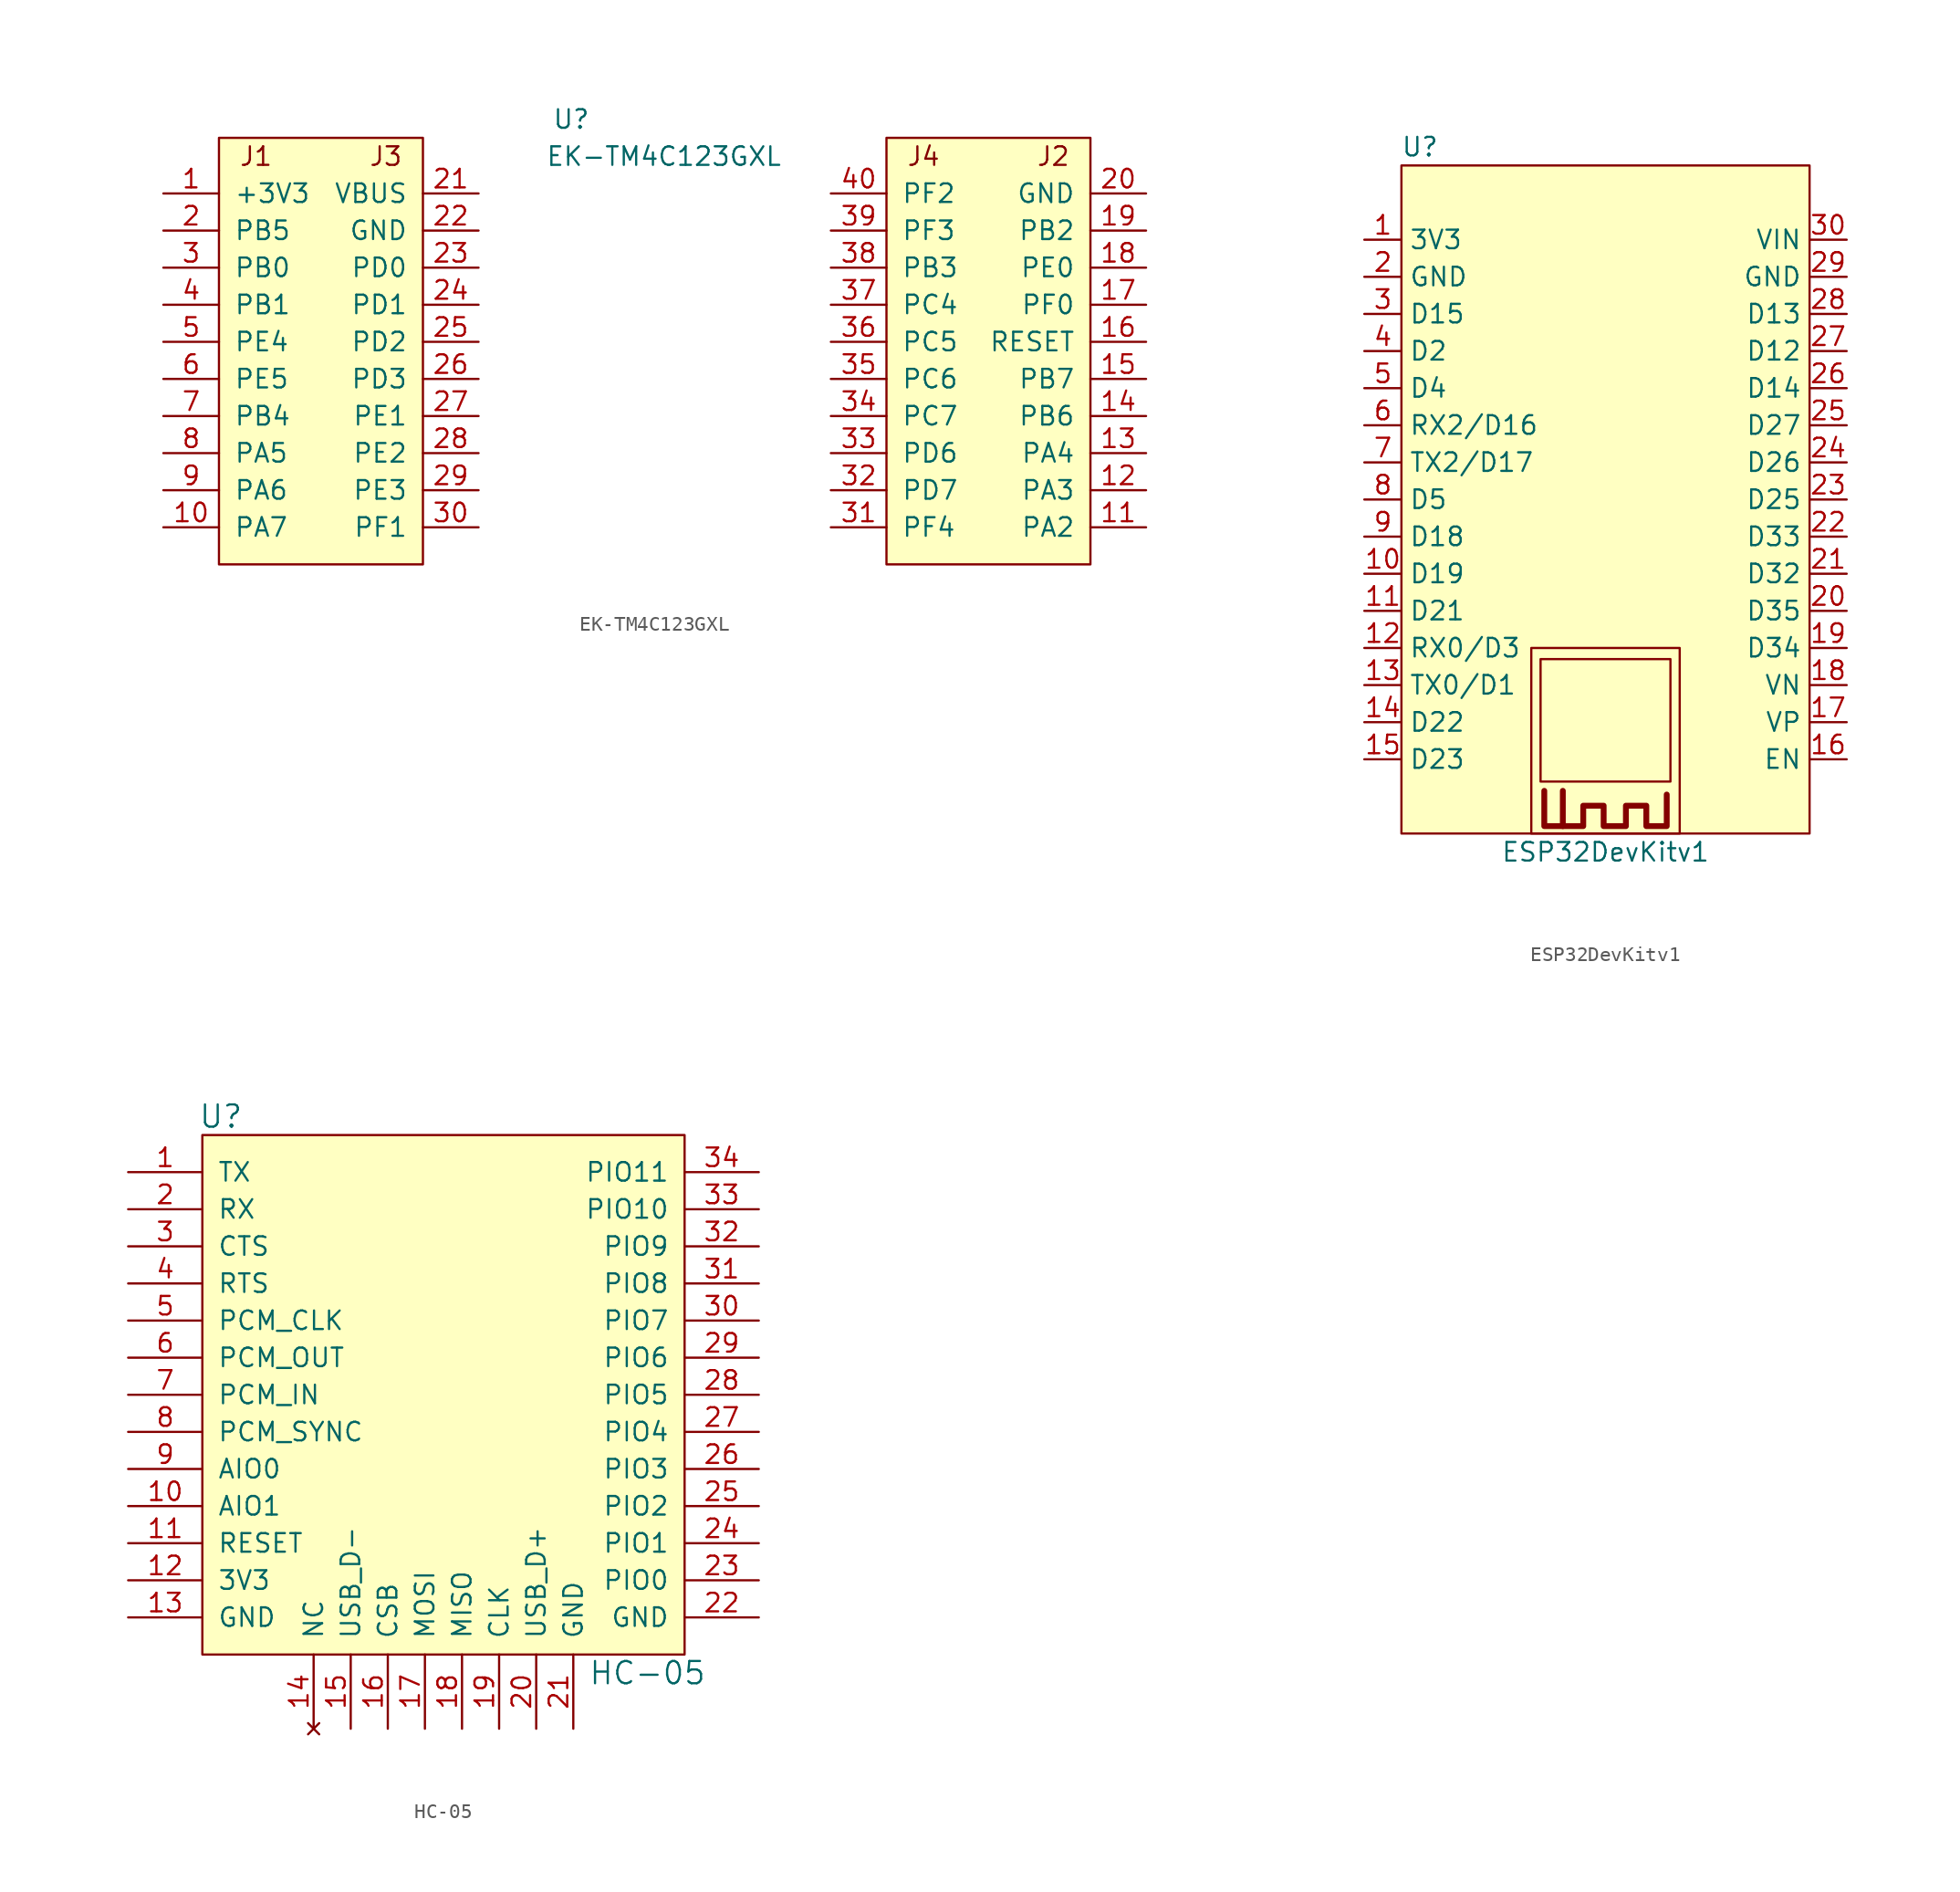
<source format=kicad_sym>
(kicad_symbol_lib
  (version 20220914)
  (generator kicad_symbol_editor)
  (symbol "EK-TM4C123GXL"
    (pin_names
      (offset 1.016))
    (property "Reference" "U"
      (at -6.35 16.51 0)
      (effects (font (size 1.27 1.27))))
    (property "Value" "EK-TM4C123GXL"
      (at 0 13.97 0)
      (effects (font (size 1.27 1.27))))
    (symbol "EK-TM4C123GXL_0_0"
      (rectangle (start 29.21 -13.97) (end 15.24 15.24) (stroke (width 0) (type default)) (fill (type background)))
      (text "J1" (at -27.94 13.97 0) (effects (font (size 1.27 1.27))))
      (text "J2" (at 26.67 13.97 0) (effects (font (size 1.27 1.27))))
      (text "J3" (at -19.05 13.97 0) (effects (font (size 1.27 1.27))))
      (text "J4" (at 17.78 13.97 0) (effects (font (size 1.27 1.27)))))
    (symbol "EK-TM4C123GXL_1_1"
      (rectangle (start -16.51 -13.97) (end -30.48 15.24) (stroke (width 0) (type default)) (fill (type background)))
      (pin power_in line (at -34.29 11.43 0) (length 3.81) (name "+3V3" (effects (font (size 1.27 1.27)))) (number "1" (effects (font (size 1.27 1.27)))))
      (pin bidirectional line (at -34.29 -11.43 0) (length 3.81) (name "PA7" (effects (font (size 1.27 1.27)))) (number "10" (effects (font (size 1.27 1.27)))))
      (pin bidirectional line (at 33.02 -11.43 180) (length 3.81) (name "PA2" (effects (font (size 1.27 1.27)))) (number "11" (effects (font (size 1.27 1.27)))))
      (pin bidirectional line (at 33.02 -8.89 180) (length 3.81) (name "PA3" (effects (font (size 1.27 1.27)))) (number "12" (effects (font (size 1.27 1.27)))))
      (pin bidirectional line (at 33.02 -6.35 180) (length 3.81) (name "PA4" (effects (font (size 1.27 1.27)))) (number "13" (effects (font (size 1.27 1.27)))))
      (pin bidirectional line (at 33.02 -3.81 180) (length 3.81) (name "PB6" (effects (font (size 1.27 1.27)))) (number "14" (effects (font (size 1.27 1.27)))))
      (pin bidirectional line (at 33.02 -1.27 180) (length 3.81) (name "PB7" (effects (font (size 1.27 1.27)))) (number "15" (effects (font (size 1.27 1.27)))))
      (pin input line (at 33.02 1.27 180) (length 3.81) (name "RESET" (effects (font (size 1.27 1.27)))) (number "16" (effects (font (size 1.27 1.27)))))
      (pin bidirectional line (at 33.02 3.81 180) (length 3.81) (name "PF0" (effects (font (size 1.27 1.27)))) (number "17" (effects (font (size 1.27 1.27)))))
      (pin bidirectional line (at 33.02 6.35 180) (length 3.81) (name "PE0" (effects (font (size 1.27 1.27)))) (number "18" (effects (font (size 1.27 1.27)))))
      (pin bidirectional line (at 33.02 8.89 180) (length 3.81) (name "PB2" (effects (font (size 1.27 1.27)))) (number "19" (effects (font (size 1.27 1.27)))))
      (pin bidirectional line (at -34.29 8.89 0) (length 3.81) (name "PB5" (effects (font (size 1.27 1.27)))) (number "2" (effects (font (size 1.27 1.27)))))
      (pin power_in line (at 33.02 11.43 180) (length 3.81) (name "GND" (effects (font (size 1.27 1.27)))) (number "20" (effects (font (size 1.27 1.27)))))
      (pin power_in line (at -12.7 11.43 180) (length 3.81) (name "VBUS" (effects (font (size 1.27 1.27)))) (number "21" (effects (font (size 1.27 1.27)))))
      (pin power_in line (at -12.7 8.89 180) (length 3.81) (name "GND" (effects (font (size 1.27 1.27)))) (number "22" (effects (font (size 1.27 1.27)))))
      (pin bidirectional line (at -12.7 6.35 180) (length 3.81) (name "PD0" (effects (font (size 1.27 1.27)))) (number "23" (effects (font (size 1.27 1.27)))))
      (pin bidirectional line (at -12.7 3.81 180) (length 3.81) (name "PD1" (effects (font (size 1.27 1.27)))) (number "24" (effects (font (size 1.27 1.27)))))
      (pin bidirectional line (at -12.7 1.27 180) (length 3.81) (name "PD2" (effects (font (size 1.27 1.27)))) (number "25" (effects (font (size 1.27 1.27)))))
      (pin bidirectional line (at -12.7 -1.27 180) (length 3.81) (name "PD3" (effects (font (size 1.27 1.27)))) (number "26" (effects (font (size 1.27 1.27)))))
      (pin bidirectional line (at -12.7 -3.81 180) (length 3.81) (name "PE1" (effects (font (size 1.27 1.27)))) (number "27" (effects (font (size 1.27 1.27)))))
      (pin bidirectional line (at -12.7 -6.35 180) (length 3.81) (name "PE2" (effects (font (size 1.27 1.27)))) (number "28" (effects (font (size 1.27 1.27)))))
      (pin bidirectional line (at -12.7 -8.89 180) (length 3.81) (name "PE3" (effects (font (size 1.27 1.27)))) (number "29" (effects (font (size 1.27 1.27)))))
      (pin bidirectional line (at -34.29 6.35 0) (length 3.81) (name "PB0" (effects (font (size 1.27 1.27)))) (number "3" (effects (font (size 1.27 1.27)))))
      (pin bidirectional line (at -12.7 -11.43 180) (length 3.81) (name "PF1" (effects (font (size 1.27 1.27)))) (number "30" (effects (font (size 1.27 1.27)))))
      (pin bidirectional line (at 11.43 -11.43 0) (length 3.81) (name "PF4" (effects (font (size 1.27 1.27)))) (number "31" (effects (font (size 1.27 1.27)))))
      (pin bidirectional line (at 11.43 -8.89 0) (length 3.81) (name "PD7" (effects (font (size 1.27 1.27)))) (number "32" (effects (font (size 1.27 1.27)))))
      (pin bidirectional line (at 11.43 -6.35 0) (length 3.81) (name "PD6" (effects (font (size 1.27 1.27)))) (number "33" (effects (font (size 1.27 1.27)))))
      (pin bidirectional line (at 11.43 -3.81 0) (length 3.81) (name "PC7" (effects (font (size 1.27 1.27)))) (number "34" (effects (font (size 1.27 1.27)))))
      (pin bidirectional line (at 11.43 -1.27 0) (length 3.81) (name "PC6" (effects (font (size 1.27 1.27)))) (number "35" (effects (font (size 1.27 1.27)))))
      (pin bidirectional line (at 11.43 1.27 0) (length 3.81) (name "PC5" (effects (font (size 1.27 1.27)))) (number "36" (effects (font (size 1.27 1.27)))))
      (pin bidirectional line (at 11.43 3.81 0) (length 3.81) (name "PC4" (effects (font (size 1.27 1.27)))) (number "37" (effects (font (size 1.27 1.27)))))
      (pin bidirectional line (at 11.43 6.35 0) (length 3.81) (name "PB3" (effects (font (size 1.27 1.27)))) (number "38" (effects (font (size 1.27 1.27)))))
      (pin bidirectional line (at 11.43 8.89 0) (length 3.81) (name "PF3" (effects (font (size 1.27 1.27)))) (number "39" (effects (font (size 1.27 1.27)))))
      (pin bidirectional line (at -34.29 3.81 0) (length 3.81) (name "PB1" (effects (font (size 1.27 1.27)))) (number "4" (effects (font (size 1.27 1.27)))))
      (pin bidirectional line (at 11.43 11.43 0) (length 3.81) (name "PF2" (effects (font (size 1.27 1.27)))) (number "40" (effects (font (size 1.27 1.27)))))
      (pin bidirectional line (at -34.29 1.27 0) (length 3.81) (name "PE4" (effects (font (size 1.27 1.27)))) (number "5" (effects (font (size 1.27 1.27)))))
      (pin bidirectional line (at -34.29 -1.27 0) (length 3.81) (name "PE5" (effects (font (size 1.27 1.27)))) (number "6" (effects (font (size 1.27 1.27)))))
      (pin bidirectional line (at -34.29 -3.81 0) (length 3.81) (name "PB4" (effects (font (size 1.27 1.27)))) (number "7" (effects (font (size 1.27 1.27)))))
      (pin bidirectional line (at -34.29 -6.35 0) (length 3.81) (name "PA5" (effects (font (size 1.27 1.27)))) (number "8" (effects (font (size 1.27 1.27)))))
      (pin bidirectional line (at -34.29 -8.89 0) (length 3.81) (name "PA6" (effects (font (size 1.27 1.27)))) (number "9" (effects (font (size 1.27 1.27)))))))
  (symbol "ESP32DevKitv1"
    (property "Reference" "U"
      (at -12.7 24.13 0)
      (effects (font (size 1.27 1.27))))
    (property "Value" "ESP32DevKitv1"
      (at 0 -24.13 0)
      (effects (font (size 1.27 1.27))))
    (symbol "ESP32DevKitv1_0_1"
      (polyline (pts (xy -5.08 -10.16) (xy 5.08 -10.16) (xy 5.08 -22.86) (xy -5.08 -22.86) (xy -5.08 -10.16)) (stroke (width 0) (type default)) (fill (type none)))
      (polyline (pts (xy -4.445 -10.922) (xy 4.445 -10.922) (xy 4.445 -19.304) (xy -4.445 -19.304) (xy -4.445 -10.922)) (stroke (width 0) (type default)) (fill (type none))))
    (symbol "ESP32DevKitv1_1_1"
      (rectangle (start -13.97 22.86) (end 13.97 -22.86) (stroke (width 0) (type default)) (fill (type background)))
      (polyline (pts (xy -2.921 -19.939) (xy -2.921 -22.352)) (stroke (width 0.4) (type default)) (fill (type none)))
      (polyline (pts (xy -4.191 -19.939) (xy -4.191 -22.352) (xy -1.524 -22.352) (xy -1.524 -20.955) (xy -0.127 -20.955) (xy -0.127 -22.352) (xy 1.397 -22.352) (xy 1.397 -20.955) (xy 2.794 -20.955) (xy 2.794 -22.352) (xy 4.191 -22.352) (xy 4.191 -20.193)) (stroke (width 0.4) (type default)) (fill (type none)))
      (pin power_in line (at -16.51 17.78 0) (length 2.54) (name "3V3" (effects (font (size 1.27 1.27)))) (number "1" (effects (font (size 1.27 1.27)))))
      (pin bidirectional line (at -16.51 -5.08 0) (length 2.54) (name "D19" (effects (font (size 1.27 1.27)))) (number "10" (effects (font (size 1.27 1.27)))))
      (pin bidirectional line (at -16.51 -7.62 0) (length 2.54) (name "D21" (effects (font (size 1.27 1.27)))) (number "11" (effects (font (size 1.27 1.27)))))
      (pin bidirectional line (at -16.51 -10.16 0) (length 2.54) (name "RX0/D3" (effects (font (size 1.27 1.27)))) (number "12" (effects (font (size 1.27 1.27)))))
      (pin bidirectional line (at -16.51 -12.7 0) (length 2.54) (name "TX0/D1" (effects (font (size 1.27 1.27)))) (number "13" (effects (font (size 1.27 1.27)))))
      (pin bidirectional line (at -16.51 -15.24 0) (length 2.54) (name "D22" (effects (font (size 1.27 1.27)))) (number "14" (effects (font (size 1.27 1.27)))))
      (pin bidirectional line (at -16.51 -17.78 0) (length 2.54) (name "D23" (effects (font (size 1.27 1.27)))) (number "15" (effects (font (size 1.27 1.27)))))
      (pin input line (at 16.51 -17.78 180) (length 2.54) (name "EN" (effects (font (size 1.27 1.27)))) (number "16" (effects (font (size 1.27 1.27)))))
      (pin input line (at 16.51 -15.24 180) (length 2.54) (name "VP" (effects (font (size 1.27 1.27)))) (number "17" (effects (font (size 1.27 1.27)))))
      (pin input line (at 16.51 -12.7 180) (length 2.54) (name "VN" (effects (font (size 1.27 1.27)))) (number "18" (effects (font (size 1.27 1.27)))))
      (pin bidirectional line (at 16.51 -10.16 180) (length 2.54) (name "D34" (effects (font (size 1.27 1.27)))) (number "19" (effects (font (size 1.27 1.27)))))
      (pin power_in line (at -16.51 15.24 0) (length 2.54) (name "GND" (effects (font (size 1.27 1.27)))) (number "2" (effects (font (size 1.27 1.27)))))
      (pin bidirectional line (at 16.51 -7.62 180) (length 2.54) (name "D35" (effects (font (size 1.27 1.27)))) (number "20" (effects (font (size 1.27 1.27)))))
      (pin bidirectional line (at 16.51 -5.08 180) (length 2.54) (name "D32" (effects (font (size 1.27 1.27)))) (number "21" (effects (font (size 1.27 1.27)))))
      (pin bidirectional line (at 16.51 -2.54 180) (length 2.54) (name "D33" (effects (font (size 1.27 1.27)))) (number "22" (effects (font (size 1.27 1.27)))))
      (pin bidirectional line (at 16.51 0 180) (length 2.54) (name "D25" (effects (font (size 1.27 1.27)))) (number "23" (effects (font (size 1.27 1.27)))))
      (pin bidirectional line (at 16.51 2.54 180) (length 2.54) (name "D26" (effects (font (size 1.27 1.27)))) (number "24" (effects (font (size 1.27 1.27)))))
      (pin bidirectional line (at 16.51 5.08 180) (length 2.54) (name "D27" (effects (font (size 1.27 1.27)))) (number "25" (effects (font (size 1.27 1.27)))))
      (pin bidirectional line (at 16.51 7.62 180) (length 2.54) (name "D14" (effects (font (size 1.27 1.27)))) (number "26" (effects (font (size 1.27 1.27)))))
      (pin bidirectional line (at 16.51 10.16 180) (length 2.54) (name "D12" (effects (font (size 1.27 1.27)))) (number "27" (effects (font (size 1.27 1.27)))))
      (pin bidirectional line (at 16.51 12.7 180) (length 2.54) (name "D13" (effects (font (size 1.27 1.27)))) (number "28" (effects (font (size 1.27 1.27)))))
      (pin power_in line (at 16.51 15.24 180) (length 2.54) (name "GND" (effects (font (size 1.27 1.27)))) (number "29" (effects (font (size 1.27 1.27)))))
      (pin bidirectional line (at -16.51 12.7 0) (length 2.54) (name "D15" (effects (font (size 1.27 1.27)))) (number "3" (effects (font (size 1.27 1.27)))))
      (pin power_in line (at 16.51 17.78 180) (length 2.54) (name "VIN" (effects (font (size 1.27 1.27)))) (number "30" (effects (font (size 1.27 1.27)))))
      (pin bidirectional line (at -16.51 10.16 0) (length 2.54) (name "D2" (effects (font (size 1.27 1.27)))) (number "4" (effects (font (size 1.27 1.27)))))
      (pin bidirectional line (at -16.51 7.62 0) (length 2.54) (name "D4" (effects (font (size 1.27 1.27)))) (number "5" (effects (font (size 1.27 1.27)))))
      (pin bidirectional line (at -16.51 5.08 0) (length 2.54) (name "RX2/D16" (effects (font (size 1.27 1.27)))) (number "6" (effects (font (size 1.27 1.27)))))
      (pin bidirectional line (at -16.51 2.54 0) (length 2.54) (name "TX2/D17" (effects (font (size 1.27 1.27)))) (number "7" (effects (font (size 1.27 1.27)))))
      (pin bidirectional line (at -16.51 0 0) (length 2.54) (name "D5" (effects (font (size 1.27 1.27)))) (number "8" (effects (font (size 1.27 1.27)))))
      (pin bidirectional line (at -16.51 -2.54 0) (length 2.54) (name "D18" (effects (font (size 1.27 1.27)))) (number "9" (effects (font (size 1.27 1.27)))))))
  (symbol "HC-05"
    (pin_names
      (offset 1.016))
    (property "Reference" "U"
      (at -15.24 19.05 0)
      (effects (font (size 1.524 1.524))))
    (property "Value" "HC-05"
      (at 13.97 -19.05 0)
      (effects (font (size 1.524 1.524))))
    (symbol "HC-05_0_1"
      (rectangle (start -16.51 17.78) (end 16.51 -17.78) (stroke (width 0) (type default)) (fill (type background))))
    (symbol "HC-05_1_1"
      (pin output line (at -21.59 15.24 0) (length 5.08) (name "TX" (effects (font (size 1.27 1.27)))) (number "1" (effects (font (size 1.27 1.27)))))
      (pin bidirectional line (at -21.59 -7.62 0) (length 5.08) (name "AIO1" (effects (font (size 1.27 1.27)))) (number "10" (effects (font (size 1.27 1.27)))))
      (pin input line (at -21.59 -10.16 0) (length 5.08) (name "RESET" (effects (font (size 1.27 1.27)))) (number "11" (effects (font (size 1.27 1.27)))))
      (pin power_in line (at -21.59 -12.7 0) (length 5.08) (name "3V3" (effects (font (size 1.27 1.27)))) (number "12" (effects (font (size 1.27 1.27)))))
      (pin power_in line (at -21.59 -15.24 0) (length 5.08) (name "GND" (effects (font (size 1.27 1.27)))) (number "13" (effects (font (size 1.27 1.27)))))
      (pin no_connect line (at -8.89 -22.86 90) (length 5.08) (name "NC" (effects (font (size 1.27 1.27)))) (number "14" (effects (font (size 1.27 1.27)))))
      (pin output line (at -6.35 -22.86 90) (length 5.08) (name "USB_D-" (effects (font (size 1.27 1.27)))) (number "15" (effects (font (size 1.27 1.27)))))
      (pin input line (at -3.81 -22.86 90) (length 5.08) (name "CSB" (effects (font (size 1.27 1.27)))) (number "16" (effects (font (size 1.27 1.27)))))
      (pin input line (at -1.27 -22.86 90) (length 5.08) (name "MOSI" (effects (font (size 1.27 1.27)))) (number "17" (effects (font (size 1.27 1.27)))))
      (pin output line (at 1.27 -22.86 90) (length 5.08) (name "MISO" (effects (font (size 1.27 1.27)))) (number "18" (effects (font (size 1.27 1.27)))))
      (pin input line (at 3.81 -22.86 90) (length 5.08) (name "CLK" (effects (font (size 1.27 1.27)))) (number "19" (effects (font (size 1.27 1.27)))))
      (pin input line (at -21.59 12.7 0) (length 5.08) (name "RX" (effects (font (size 1.27 1.27)))) (number "2" (effects (font (size 1.27 1.27)))))
      (pin input line (at 6.35 -22.86 90) (length 5.08) (name "USB_D+" (effects (font (size 1.27 1.27)))) (number "20" (effects (font (size 1.27 1.27)))))
      (pin power_in line (at 8.89 -22.86 90) (length 5.08) (name "GND" (effects (font (size 1.27 1.27)))) (number "21" (effects (font (size 1.27 1.27)))))
      (pin power_in line (at 21.59 -15.24 180) (length 5.08) (name "GND" (effects (font (size 1.27 1.27)))) (number "22" (effects (font (size 1.27 1.27)))))
      (pin bidirectional line (at 21.59 -12.7 180) (length 5.08) (name "PIO0" (effects (font (size 1.27 1.27)))) (number "23" (effects (font (size 1.27 1.27)))))
      (pin bidirectional line (at 21.59 -10.16 180) (length 5.08) (name "PIO1" (effects (font (size 1.27 1.27)))) (number "24" (effects (font (size 1.27 1.27)))))
      (pin bidirectional line (at 21.59 -7.62 180) (length 5.08) (name "PIO2" (effects (font (size 1.27 1.27)))) (number "25" (effects (font (size 1.27 1.27)))))
      (pin bidirectional line (at 21.59 -5.08 180) (length 5.08) (name "PIO3" (effects (font (size 1.27 1.27)))) (number "26" (effects (font (size 1.27 1.27)))))
      (pin bidirectional line (at 21.59 -2.54 180) (length 5.08) (name "PIO4" (effects (font (size 1.27 1.27)))) (number "27" (effects (font (size 1.27 1.27)))))
      (pin bidirectional line (at 21.59 0 180) (length 5.08) (name "PIO5" (effects (font (size 1.27 1.27)))) (number "28" (effects (font (size 1.27 1.27)))))
      (pin bidirectional line (at 21.59 2.54 180) (length 5.08) (name "PIO6" (effects (font (size 1.27 1.27)))) (number "29" (effects (font (size 1.27 1.27)))))
      (pin output line (at -21.59 10.16 0) (length 5.08) (name "CTS" (effects (font (size 1.27 1.27)))) (number "3" (effects (font (size 1.27 1.27)))))
      (pin bidirectional line (at 21.59 5.08 180) (length 5.08) (name "PIO7" (effects (font (size 1.27 1.27)))) (number "30" (effects (font (size 1.27 1.27)))))
      (pin bidirectional line (at 21.59 7.62 180) (length 5.08) (name "PIO8" (effects (font (size 1.27 1.27)))) (number "31" (effects (font (size 1.27 1.27)))))
      (pin bidirectional line (at 21.59 10.16 180) (length 5.08) (name "PIO9" (effects (font (size 1.27 1.27)))) (number "32" (effects (font (size 1.27 1.27)))))
      (pin bidirectional line (at 21.59 12.7 180) (length 5.08) (name "PIO10" (effects (font (size 1.27 1.27)))) (number "33" (effects (font (size 1.27 1.27)))))
      (pin bidirectional line (at 21.59 15.24 180) (length 5.08) (name "PIO11" (effects (font (size 1.27 1.27)))) (number "34" (effects (font (size 1.27 1.27)))))
      (pin input line (at -21.59 7.62 0) (length 5.08) (name "RTS" (effects (font (size 1.27 1.27)))) (number "4" (effects (font (size 1.27 1.27)))))
      (pin input line (at -21.59 5.08 0) (length 5.08) (name "PCM_CLK" (effects (font (size 1.27 1.27)))) (number "5" (effects (font (size 1.27 1.27)))))
      (pin output line (at -21.59 2.54 0) (length 5.08) (name "PCM_OUT" (effects (font (size 1.27 1.27)))) (number "6" (effects (font (size 1.27 1.27)))))
      (pin input line (at -21.59 0 0) (length 5.08) (name "PCM_IN" (effects (font (size 1.27 1.27)))) (number "7" (effects (font (size 1.27 1.27)))))
      (pin bidirectional line (at -21.59 -2.54 0) (length 5.08) (name "PCM_SYNC" (effects (font (size 1.27 1.27)))) (number "8" (effects (font (size 1.27 1.27)))))
      (pin bidirectional line (at -21.59 -5.08 0) (length 5.08) (name "AIO0" (effects (font (size 1.27 1.27)))) (number "9" (effects (font (size 1.27 1.27))))))))
</source>
